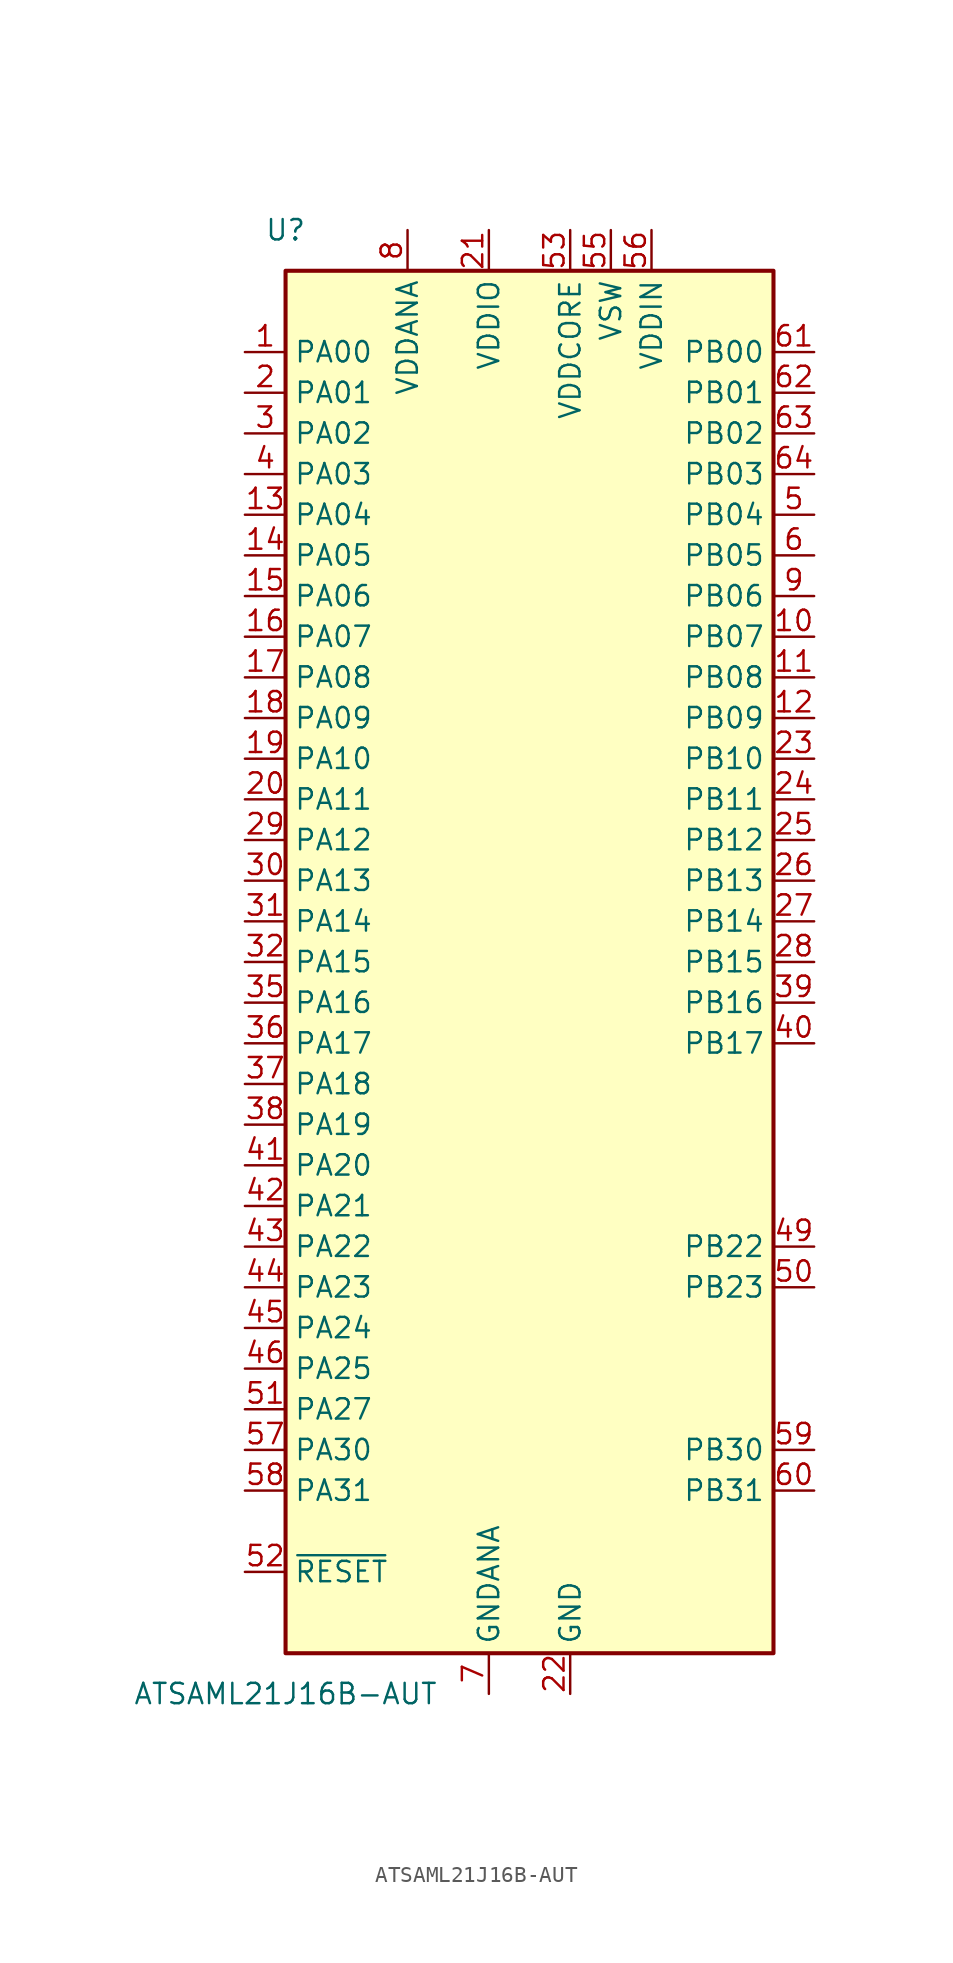
<source format=kicad_sym>
(kicad_symbol_lib
  (version 20241209)
  (generator "kicad_symbol_editor")
  (generator_version "9.0")
  (symbol "ATSAML21J16B-AUT"
    (property "Reference" "U"
      (at -15.24 45.72 0)
      (effects (font (size 1.27 1.27))))
    (property "Value" "ATSAML21J16B-AUT"
      (at -15.24 -45.72 0)
      (effects (font (size 1.27 1.27))))
    (symbol "ATSAML21J16B-AUT_0_1"
      (rectangle (start -15.24 43.18) (end 15.24 -43.18) (stroke (width 0.254) (type default)) (fill (type background))))
    (symbol "ATSAML21J16B-AUT_1_1"
      (pin bidirectional line (at -17.78 38.1 0) (length 2.54) (name "PA00" (effects (font (size 1.27 1.27)))) (number "1" (effects (font (size 1.27 1.27)))))
      (pin bidirectional line (at -17.78 35.56 0) (length 2.54) (name "PA01" (effects (font (size 1.27 1.27)))) (number "2" (effects (font (size 1.27 1.27)))))
      (pin bidirectional line (at -17.78 33.02 0) (length 2.54) (name "PA02" (effects (font (size 1.27 1.27)))) (number "3" (effects (font (size 1.27 1.27)))))
      (pin bidirectional line (at -17.78 30.48 0) (length 2.54) (name "PA03" (effects (font (size 1.27 1.27)))) (number "4" (effects (font (size 1.27 1.27)))))
      (pin bidirectional line (at -17.78 27.94 0) (length 2.54) (name "PA04" (effects (font (size 1.27 1.27)))) (number "13" (effects (font (size 1.27 1.27)))))
      (pin bidirectional line (at -17.78 25.4 0) (length 2.54) (name "PA05" (effects (font (size 1.27 1.27)))) (number "14" (effects (font (size 1.27 1.27)))))
      (pin bidirectional line (at -17.78 22.86 0) (length 2.54) (name "PA06" (effects (font (size 1.27 1.27)))) (number "15" (effects (font (size 1.27 1.27)))))
      (pin bidirectional line (at -17.78 20.32 0) (length 2.54) (name "PA07" (effects (font (size 1.27 1.27)))) (number "16" (effects (font (size 1.27 1.27)))))
      (pin bidirectional line (at -17.78 17.78 0) (length 2.54) (name "PA08" (effects (font (size 1.27 1.27)))) (number "17" (effects (font (size 1.27 1.27)))))
      (pin bidirectional line (at -17.78 15.24 0) (length 2.54) (name "PA09" (effects (font (size 1.27 1.27)))) (number "18" (effects (font (size 1.27 1.27)))))
      (pin bidirectional line (at -17.78 12.7 0) (length 2.54) (name "PA10" (effects (font (size 1.27 1.27)))) (number "19" (effects (font (size 1.27 1.27)))))
      (pin bidirectional line (at -17.78 10.16 0) (length 2.54) (name "PA11" (effects (font (size 1.27 1.27)))) (number "20" (effects (font (size 1.27 1.27)))))
      (pin bidirectional line (at -17.78 7.62 0) (length 2.54) (name "PA12" (effects (font (size 1.27 1.27)))) (number "29" (effects (font (size 1.27 1.27)))))
      (pin bidirectional line (at -17.78 5.08 0) (length 2.54) (name "PA13" (effects (font (size 1.27 1.27)))) (number "30" (effects (font (size 1.27 1.27)))))
      (pin bidirectional line (at -17.78 2.54 0) (length 2.54) (name "PA14" (effects (font (size 1.27 1.27)))) (number "31" (effects (font (size 1.27 1.27)))))
      (pin bidirectional line (at -17.78 0 0) (length 2.54) (name "PA15" (effects (font (size 1.27 1.27)))) (number "32" (effects (font (size 1.27 1.27)))))
      (pin bidirectional line (at -17.78 -2.54 0) (length 2.54) (name "PA16" (effects (font (size 1.27 1.27)))) (number "35" (effects (font (size 1.27 1.27)))))
      (pin bidirectional line (at -17.78 -5.08 0) (length 2.54) (name "PA17" (effects (font (size 1.27 1.27)))) (number "36" (effects (font (size 1.27 1.27)))))
      (pin bidirectional line (at -17.78 -7.62 0) (length 2.54) (name "PA18" (effects (font (size 1.27 1.27)))) (number "37" (effects (font (size 1.27 1.27)))))
      (pin bidirectional line (at -17.78 -10.16 0) (length 2.54) (name "PA19" (effects (font (size 1.27 1.27)))) (number "38" (effects (font (size 1.27 1.27)))))
      (pin bidirectional line (at -17.78 -12.7 0) (length 2.54) (name "PA20" (effects (font (size 1.27 1.27)))) (number "41" (effects (font (size 1.27 1.27)))))
      (pin bidirectional line (at -17.78 -15.24 0) (length 2.54) (name "PA21" (effects (font (size 1.27 1.27)))) (number "42" (effects (font (size 1.27 1.27)))))
      (pin bidirectional line (at -17.78 -17.78 0) (length 2.54) (name "PA22" (effects (font (size 1.27 1.27)))) (number "43" (effects (font (size 1.27 1.27)))))
      (pin bidirectional line (at -17.78 -20.32 0) (length 2.54) (name "PA23" (effects (font (size 1.27 1.27)))) (number "44" (effects (font (size 1.27 1.27)))))
      (pin bidirectional line (at -17.78 -22.86 0) (length 2.54) (name "PA24" (effects (font (size 1.27 1.27)))) (number "45" (effects (font (size 1.27 1.27)))))
      (pin bidirectional line (at -17.78 -25.4 0) (length 2.54) (name "PA25" (effects (font (size 1.27 1.27)))) (number "46" (effects (font (size 1.27 1.27)))))
      (pin bidirectional line (at -17.78 -27.94 0) (length 2.54) (name "PA27" (effects (font (size 1.27 1.27)))) (number "51" (effects (font (size 1.27 1.27)))))
      (pin bidirectional line (at -17.78 -30.48 0) (length 2.54) (name "PA30" (effects (font (size 1.27 1.27)))) (number "57" (effects (font (size 1.27 1.27)))))
      (pin bidirectional line (at -17.78 -33.02 0) (length 2.54) (name "PA31" (effects (font (size 1.27 1.27)))) (number "58" (effects (font (size 1.27 1.27)))))
      (pin input line (at -17.78 -38.1 0) (length 2.54) (name "~{RESET}" (effects (font (size 1.27 1.27)))) (number "52" (effects (font (size 1.27 1.27)))))
      (pin power_in line (at -7.62 45.72 270) (length 2.54) (name "VDDANA" (effects (font (size 1.27 1.27)))) (number "8" (effects (font (size 1.27 1.27)))))
      (pin power_in line (at -2.54 45.72 270) (length 2.54) (name "VDDIO" (effects (font (size 1.27 1.27)))) (number "21" (effects (font (size 1.27 1.27)))))
      (pin passive line (at -2.54 45.72 270) (length 2.54) (hide yes) (name "VDDIO" (effects (font (size 1.27 1.27)))) (number "34" (effects (font (size 1.27 1.27)))))
      (pin passive line (at -2.54 45.72 270) (length 2.54) (hide yes) (name "VDDIO" (effects (font (size 1.27 1.27)))) (number "48" (effects (font (size 1.27 1.27)))))
      (pin power_in line (at -2.54 -45.72 90) (length 2.54) (name "GNDANA" (effects (font (size 1.27 1.27)))) (number "7" (effects (font (size 1.27 1.27)))))
      (pin power_in line (at 2.54 45.72 270) (length 2.54) (name "VDDCORE" (effects (font (size 1.27 1.27)))) (number "53" (effects (font (size 1.27 1.27)))))
      (pin power_in line (at 2.54 -45.72 90) (length 2.54) (name "GND" (effects (font (size 1.27 1.27)))) (number "22" (effects (font (size 1.27 1.27)))))
      (pin passive line (at 2.54 -45.72 90) (length 2.54) (hide yes) (name "GND" (effects (font (size 1.27 1.27)))) (number "33" (effects (font (size 1.27 1.27)))))
      (pin passive line (at 2.54 -45.72 90) (length 2.54) (hide yes) (name "GND" (effects (font (size 1.27 1.27)))) (number "47" (effects (font (size 1.27 1.27)))))
      (pin passive line (at 2.54 -45.72 90) (length 2.54) (hide yes) (name "GND" (effects (font (size 1.27 1.27)))) (number "54" (effects (font (size 1.27 1.27)))))
      (pin power_out line (at 5.08 45.72 270) (length 2.54) (name "VSW" (effects (font (size 1.27 1.27)))) (number "55" (effects (font (size 1.27 1.27)))))
      (pin power_in line (at 7.62 45.72 270) (length 2.54) (name "VDDIN" (effects (font (size 1.27 1.27)))) (number "56" (effects (font (size 1.27 1.27)))))
      (pin bidirectional line (at 17.78 38.1 180) (length 2.54) (name "PB00" (effects (font (size 1.27 1.27)))) (number "61" (effects (font (size 1.27 1.27)))))
      (pin bidirectional line (at 17.78 35.56 180) (length 2.54) (name "PB01" (effects (font (size 1.27 1.27)))) (number "62" (effects (font (size 1.27 1.27)))))
      (pin bidirectional line (at 17.78 33.02 180) (length 2.54) (name "PB02" (effects (font (size 1.27 1.27)))) (number "63" (effects (font (size 1.27 1.27)))))
      (pin bidirectional line (at 17.78 30.48 180) (length 2.54) (name "PB03" (effects (font (size 1.27 1.27)))) (number "64" (effects (font (size 1.27 1.27)))))
      (pin bidirectional line (at 17.78 27.94 180) (length 2.54) (name "PB04" (effects (font (size 1.27 1.27)))) (number "5" (effects (font (size 1.27 1.27)))))
      (pin bidirectional line (at 17.78 25.4 180) (length 2.54) (name "PB05" (effects (font (size 1.27 1.27)))) (number "6" (effects (font (size 1.27 1.27)))))
      (pin bidirectional line (at 17.78 22.86 180) (length 2.54) (name "PB06" (effects (font (size 1.27 1.27)))) (number "9" (effects (font (size 1.27 1.27)))))
      (pin bidirectional line (at 17.78 20.32 180) (length 2.54) (name "PB07" (effects (font (size 1.27 1.27)))) (number "10" (effects (font (size 1.27 1.27)))))
      (pin bidirectional line (at 17.78 17.78 180) (length 2.54) (name "PB08" (effects (font (size 1.27 1.27)))) (number "11" (effects (font (size 1.27 1.27)))))
      (pin bidirectional line (at 17.78 15.24 180) (length 2.54) (name "PB09" (effects (font (size 1.27 1.27)))) (number "12" (effects (font (size 1.27 1.27)))))
      (pin bidirectional line (at 17.78 12.7 180) (length 2.54) (name "PB10" (effects (font (size 1.27 1.27)))) (number "23" (effects (font (size 1.27 1.27)))))
      (pin bidirectional line (at 17.78 10.16 180) (length 2.54) (name "PB11" (effects (font (size 1.27 1.27)))) (number "24" (effects (font (size 1.27 1.27)))))
      (pin bidirectional line (at 17.78 7.62 180) (length 2.54) (name "PB12" (effects (font (size 1.27 1.27)))) (number "25" (effects (font (size 1.27 1.27)))))
      (pin bidirectional line (at 17.78 5.08 180) (length 2.54) (name "PB13" (effects (font (size 1.27 1.27)))) (number "26" (effects (font (size 1.27 1.27)))))
      (pin bidirectional line (at 17.78 2.54 180) (length 2.54) (name "PB14" (effects (font (size 1.27 1.27)))) (number "27" (effects (font (size 1.27 1.27)))))
      (pin bidirectional line (at 17.78 0 180) (length 2.54) (name "PB15" (effects (font (size 1.27 1.27)))) (number "28" (effects (font (size 1.27 1.27)))))
      (pin bidirectional line (at 17.78 -2.54 180) (length 2.54) (name "PB16" (effects (font (size 1.27 1.27)))) (number "39" (effects (font (size 1.27 1.27)))))
      (pin bidirectional line (at 17.78 -5.08 180) (length 2.54) (name "PB17" (effects (font (size 1.27 1.27)))) (number "40" (effects (font (size 1.27 1.27)))))
      (pin bidirectional line (at 17.78 -17.78 180) (length 2.54) (name "PB22" (effects (font (size 1.27 1.27)))) (number "49" (effects (font (size 1.27 1.27)))))
      (pin bidirectional line (at 17.78 -20.32 180) (length 2.54) (name "PB23" (effects (font (size 1.27 1.27)))) (number "50" (effects (font (size 1.27 1.27)))))
      (pin bidirectional line (at 17.78 -30.48 180) (length 2.54) (name "PB30" (effects (font (size 1.27 1.27)))) (number "59" (effects (font (size 1.27 1.27)))))
      (pin bidirectional line (at 17.78 -33.02 180) (length 2.54) (name "PB31" (effects (font (size 1.27 1.27)))) (number "60" (effects (font (size 1.27 1.27))))))))
</source>
